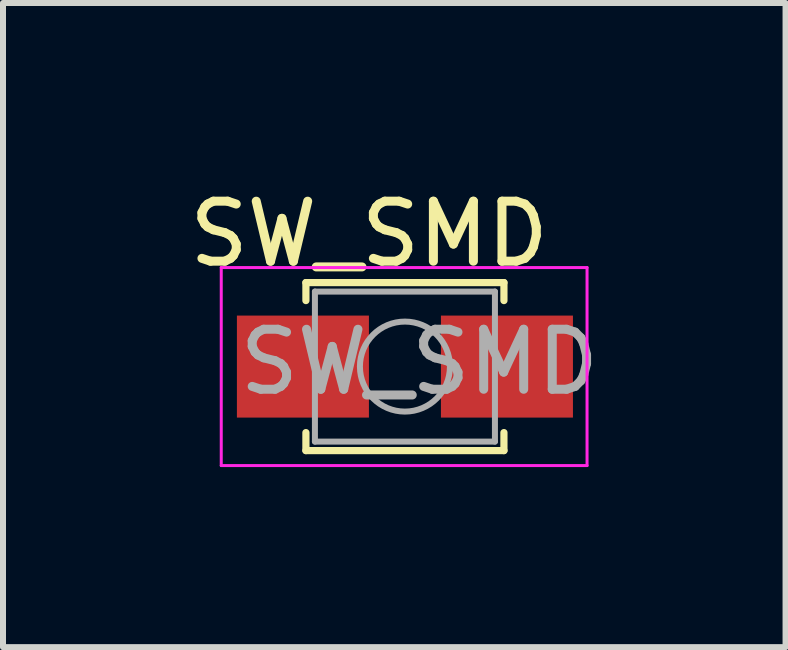
<source format=kicad_pcb>
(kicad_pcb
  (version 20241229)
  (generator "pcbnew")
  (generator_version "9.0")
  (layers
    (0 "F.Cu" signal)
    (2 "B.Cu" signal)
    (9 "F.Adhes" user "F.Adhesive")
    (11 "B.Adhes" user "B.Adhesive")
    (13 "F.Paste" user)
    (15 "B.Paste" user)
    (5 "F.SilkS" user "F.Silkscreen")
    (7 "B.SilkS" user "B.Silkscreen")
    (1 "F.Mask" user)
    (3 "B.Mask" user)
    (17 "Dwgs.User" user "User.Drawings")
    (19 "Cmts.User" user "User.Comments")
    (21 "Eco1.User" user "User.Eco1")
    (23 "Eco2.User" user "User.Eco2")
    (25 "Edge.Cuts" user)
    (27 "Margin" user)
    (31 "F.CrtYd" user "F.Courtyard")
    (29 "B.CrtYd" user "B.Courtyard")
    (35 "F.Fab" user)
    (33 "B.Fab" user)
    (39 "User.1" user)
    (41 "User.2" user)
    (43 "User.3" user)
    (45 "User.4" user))
  (footprint "SW_SMD"
    (layer "F.Cu")
    (at 3.685 3.058)
    (property "Reference" "SW_SMD" (at -0.584 -2.21 0) (layer "F.SilkS") (effects (font (size 1 1) (thickness 0.15))))
    (attr smd)
    (fp_line (start -1.637 -1.399) (end 1.663 -1.399) (stroke (width 0.12) (type solid)) (layer "F.SilkS"))
    (fp_line (start -1.637 -1.099) (end -1.637 -1.399) (stroke (width 0.12) (type solid)) (layer "F.SilkS"))
    (fp_line (start -1.637 1.101) (end -1.637 1.401) (stroke (width 0.12) (type solid)) (layer "F.SilkS"))
    (fp_line (start -1.637 1.401) (end 1.663 1.401) (stroke (width 0.12) (type solid)) (layer "F.SilkS"))
    (fp_line (start 1.663 -1.399) (end 1.663 -1.099) (stroke (width 0.12) (type solid)) (layer "F.SilkS"))
    (fp_line (start 1.663 1.401) (end 1.663 1.101) (stroke (width 0.12) (type solid)) (layer "F.SilkS"))
    (fp_line (start -3.048 -1.65) (end -3.048 1.65) (stroke (width 0.05) (type solid)) (layer "F.CrtYd"))
    (fp_line (start -3.048 1.651) (end 3.048 1.651) (stroke (width 0.05) (type solid)) (layer "F.CrtYd"))
    (fp_line (start 3.048 -1.649) (end -3.048 -1.649) (stroke (width 0.05) (type solid)) (layer "F.CrtYd"))
    (fp_line (start 3.048 1.65) (end 3.048 -1.65) (stroke (width 0.05) (type solid)) (layer "F.CrtYd"))
    (fp_line (start -1.487 -1.249) (end 1.513 -1.249) (stroke (width 0.1) (type solid)) (layer "F.Fab"))
    (fp_line (start -1.487 1.251) (end -1.487 -1.249) (stroke (width 0.1) (type solid)) (layer "F.Fab"))
    (fp_line (start 1.513 -1.249) (end 1.513 1.251) (stroke (width 0.1) (type solid)) (layer "F.Fab"))
    (fp_line (start 1.513 1.251) (end -1.487 1.251) (stroke (width 0.1) (type solid)) (layer "F.Fab"))
    (fp_circle (center 0.013 0.001) (end 0.763 0.001) (stroke (width 0.1) (type solid)) (fill no) (layer "F.Fab"))
    (fp_text user "${REFERENCE}" (at 0.254 -0.076 0) (layer "F.Fab") (effects (font (size 1 1) (thickness 0.15))))
    (pad "1" smd rect (at -1.687 0.001) (size 2.2 1.7) (layers "F.Cu" "F.Mask" "F.Paste"))
    (pad "2" smd rect (at 1.713 0.001) (size 2.2 1.7) (layers "F.Cu" "F.Mask" "F.Paste")))
  (gr_rect
    (start -3 -3)
    (end 10.041 7.734)
    (stroke (width 0.1) (type default))
    (fill no)
    (layer "Edge.Cuts")))
</source>
